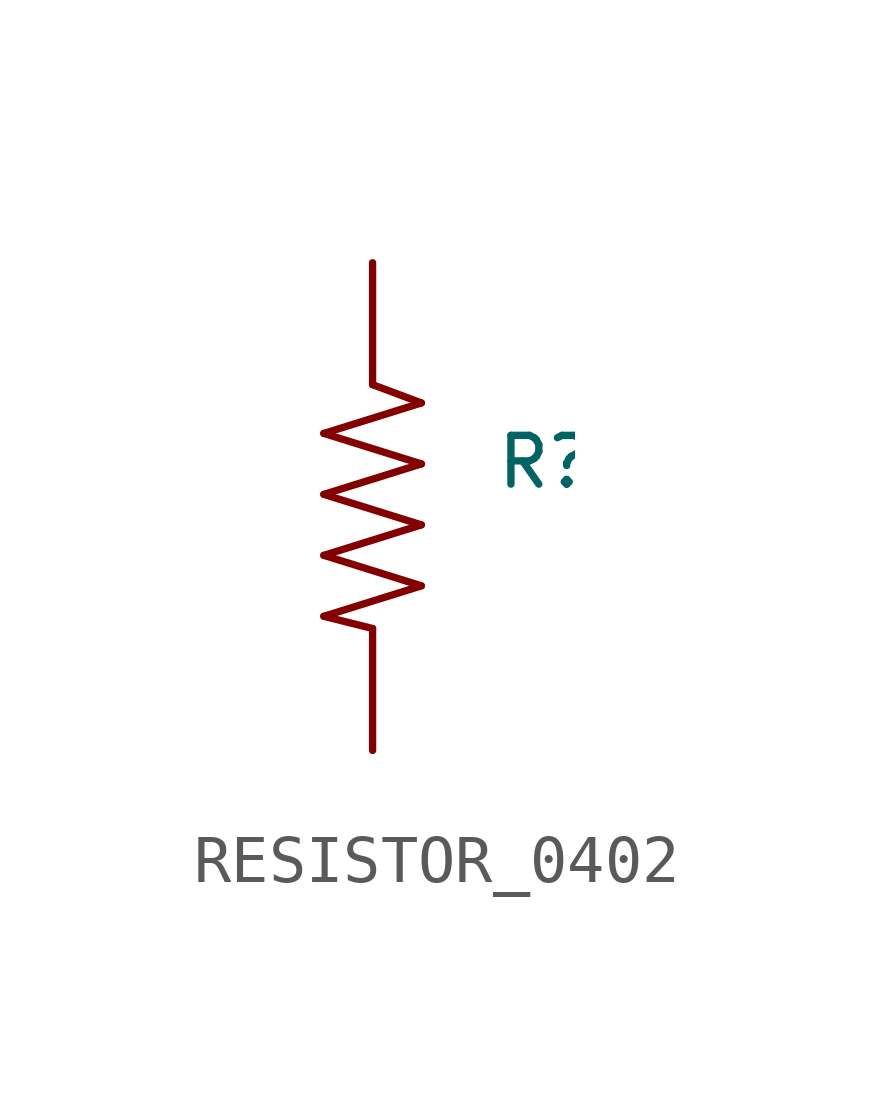
<source format=kicad_sym>
(kicad_symbol_lib
  (version 20241209)
  (generator "kicad_symbol_editor")
  (generator_version "9.0")
  (symbol "RESISTOR_0402"
    (property "Reference" "R"
      (at 2.54 1.524 0)
      (effects (font (size 1.016 1.016)) (justify left top)))
    (property "Value" ""
      (at 2.54 -1.524 0)
      (effects (font (size 1.016 1.016)) (justify left bottom)))
    (property "ki_locked" ""
      (at 0 0 0)
      (effects (font (size 1.27 1.27))))
    (symbol "RESISTOR_0402_1_0"
      (polyline (pts (xy -1.016 1.524) (xy 1.016 0.889)) (stroke (width 0.152) (type solid)) (fill (type none)))
      (polyline (pts (xy -1.016 0.254) (xy 1.016 -0.381)) (stroke (width 0.152) (type solid)) (fill (type none)))
      (polyline (pts (xy -1.016 -1.016) (xy 1.016 -1.651)) (stroke (width 0.152) (type solid)) (fill (type none)))
      (polyline (pts (xy -1.016 -2.286) (xy 0 -2.54)) (stroke (width 0.152) (type solid)) (fill (type none)))
      (polyline (pts (xy 0 2.54) (xy 1.016 2.159)) (stroke (width 0.152) (type solid)) (fill (type none)))
      (polyline (pts (xy 1.016 2.159) (xy -1.016 1.524)) (stroke (width 0.152) (type solid)) (fill (type none)))
      (polyline (pts (xy 1.016 0.889) (xy -1.016 0.254)) (stroke (width 0.152) (type solid)) (fill (type none)))
      (polyline (pts (xy 1.016 -0.381) (xy -1.016 -1.016)) (stroke (width 0.152) (type solid)) (fill (type none)))
      (polyline (pts (xy 1.016 -1.651) (xy -1.016 -2.286)) (stroke (width 0.152) (type solid)) (fill (type none)))
      (pin passive line (at 0 5.08 270) (length 2.54) (name "P$1" (effects (font (size 0 0)))) (number "P$1" (effects (font (size 0 0)))))
      (pin passive line (at 0 -5.08 90) (length 2.54) (name "P$2" (effects (font (size 0 0)))) (number "P$2" (effects (font (size 0 0))))))))
</source>
